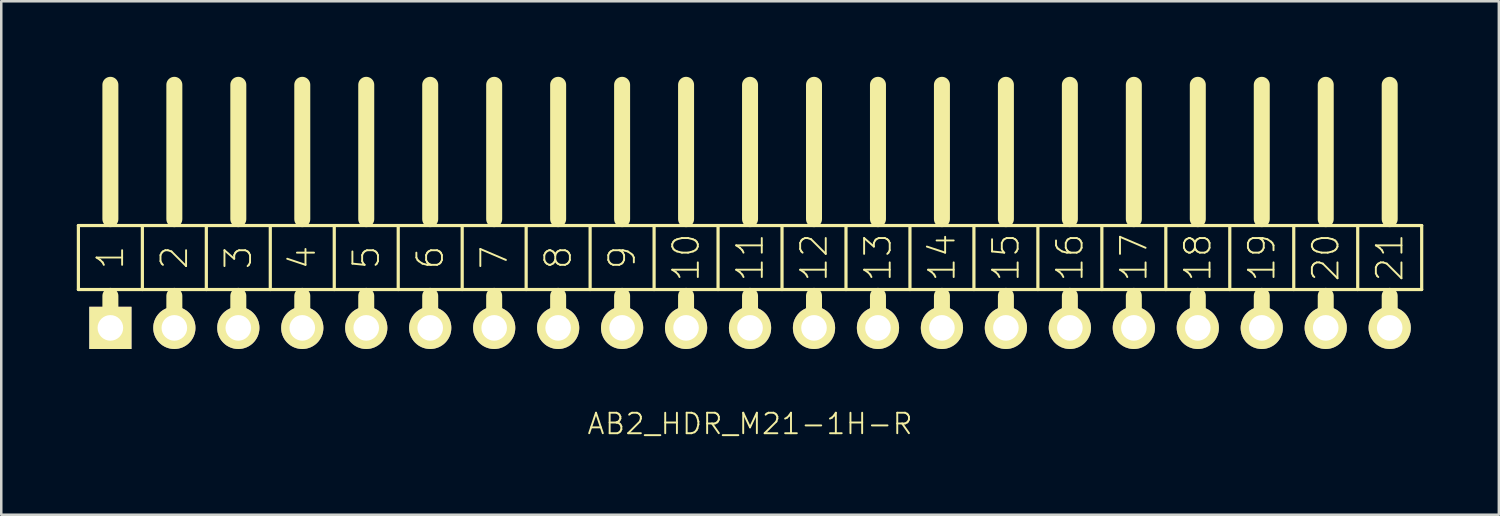
<source format=kicad_pcb>
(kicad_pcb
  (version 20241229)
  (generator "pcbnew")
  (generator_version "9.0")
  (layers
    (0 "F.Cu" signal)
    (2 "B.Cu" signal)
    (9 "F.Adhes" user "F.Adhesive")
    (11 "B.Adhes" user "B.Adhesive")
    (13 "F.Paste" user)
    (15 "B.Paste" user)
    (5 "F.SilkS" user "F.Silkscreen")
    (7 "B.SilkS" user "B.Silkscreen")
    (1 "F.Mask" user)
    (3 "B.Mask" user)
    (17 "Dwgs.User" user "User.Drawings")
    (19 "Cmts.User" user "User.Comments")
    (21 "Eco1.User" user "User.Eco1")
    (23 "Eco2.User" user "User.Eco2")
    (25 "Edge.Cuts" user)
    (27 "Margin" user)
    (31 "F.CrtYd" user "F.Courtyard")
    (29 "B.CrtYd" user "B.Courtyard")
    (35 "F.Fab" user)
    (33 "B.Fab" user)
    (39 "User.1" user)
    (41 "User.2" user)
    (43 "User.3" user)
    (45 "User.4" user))
  (footprint "AB2_HDR_M21-1H-R"
    (layer "F.Cu")
    (at 26.733 9.97)
    (property "Reference" "AB2_HDR_M21-1H-R" (at 0 3.81 0) (layer "F.SilkS") (effects (font (size 0.813 0.813) (thickness 0.076))))
    (attr through_hole)
    (fp_line (start -26.67 -4.064) (end -26.67 -1.524) (stroke (width 0.127) (type solid)) (layer "F.SilkS"))
    (fp_line (start -26.67 -1.524) (end -25.4 -1.524) (stroke (width 0.127) (type solid)) (layer "F.SilkS"))
    (fp_line (start -25.4 -4.318) (end -25.4 -9.652) (stroke (width 0.635) (type solid)) (layer "F.SilkS"))
    (fp_line (start -25.4 -1.524) (end -24.13 -1.524) (stroke (width 0.127) (type solid)) (layer "F.SilkS"))
    (fp_line (start -25.4 -1.27) (end -25.4 0) (stroke (width 0.635) (type solid)) (layer "F.SilkS"))
    (fp_line (start -24.13 -4.064) (end -26.67 -4.064) (stroke (width 0.127) (type solid)) (layer "F.SilkS"))
    (fp_line (start -24.13 -1.524) (end -24.13 -4.064) (stroke (width 0.127) (type solid)) (layer "F.SilkS"))
    (fp_line (start -24.13 -1.524) (end -22.86 -1.524) (stroke (width 0.127) (type solid)) (layer "F.SilkS"))
    (fp_line (start -22.86 -4.318) (end -22.86 -9.652) (stroke (width 0.635) (type solid)) (layer "F.SilkS"))
    (fp_line (start -22.86 -1.524) (end -21.59 -1.524) (stroke (width 0.127) (type solid)) (layer "F.SilkS"))
    (fp_line (start -22.86 -1.27) (end -22.86 0) (stroke (width 0.635) (type solid)) (layer "F.SilkS"))
    (fp_line (start -21.59 -4.064) (end -24.13 -4.064) (stroke (width 0.127) (type solid)) (layer "F.SilkS"))
    (fp_line (start -21.59 -1.524) (end -21.59 -4.064) (stroke (width 0.127) (type solid)) (layer "F.SilkS"))
    (fp_line (start -21.59 -1.524) (end -20.32 -1.524) (stroke (width 0.127) (type solid)) (layer "F.SilkS"))
    (fp_line (start -20.32 -4.318) (end -20.32 -9.652) (stroke (width 0.635) (type solid)) (layer "F.SilkS"))
    (fp_line (start -20.32 -1.524) (end -19.05 -1.524) (stroke (width 0.127) (type solid)) (layer "F.SilkS"))
    (fp_line (start -20.32 -1.27) (end -20.32 0) (stroke (width 0.635) (type solid)) (layer "F.SilkS"))
    (fp_line (start -19.05 -4.064) (end -21.59 -4.064) (stroke (width 0.127) (type solid)) (layer "F.SilkS"))
    (fp_line (start -19.05 -1.524) (end -19.05 -4.064) (stroke (width 0.127) (type solid)) (layer "F.SilkS"))
    (fp_line (start -19.05 -1.524) (end -17.78 -1.524) (stroke (width 0.127) (type solid)) (layer "F.SilkS"))
    (fp_line (start -17.78 -4.318) (end -17.78 -9.652) (stroke (width 0.635) (type solid)) (layer "F.SilkS"))
    (fp_line (start -17.78 -1.524) (end -16.51 -1.524) (stroke (width 0.127) (type solid)) (layer "F.SilkS"))
    (fp_line (start -17.78 -1.27) (end -17.78 0) (stroke (width 0.635) (type solid)) (layer "F.SilkS"))
    (fp_line (start -16.51 -4.064) (end -19.05 -4.064) (stroke (width 0.127) (type solid)) (layer "F.SilkS"))
    (fp_line (start -16.51 -1.524) (end -16.51 -4.064) (stroke (width 0.127) (type solid)) (layer "F.SilkS"))
    (fp_line (start -16.51 -1.524) (end -15.24 -1.524) (stroke (width 0.127) (type solid)) (layer "F.SilkS"))
    (fp_line (start -15.24 -4.318) (end -15.24 -9.652) (stroke (width 0.635) (type solid)) (layer "F.SilkS"))
    (fp_line (start -15.24 -1.524) (end -13.97 -1.524) (stroke (width 0.127) (type solid)) (layer "F.SilkS"))
    (fp_line (start -15.24 -1.27) (end -15.24 0) (stroke (width 0.635) (type solid)) (layer "F.SilkS"))
    (fp_line (start -13.97 -4.064) (end -16.51 -4.064) (stroke (width 0.127) (type solid)) (layer "F.SilkS"))
    (fp_line (start -13.97 -1.524) (end -13.97 -4.064) (stroke (width 0.127) (type solid)) (layer "F.SilkS"))
    (fp_line (start -13.97 -1.524) (end -12.7 -1.524) (stroke (width 0.127) (type solid)) (layer "F.SilkS"))
    (fp_line (start -12.7 -4.318) (end -12.7 -9.652) (stroke (width 0.635) (type solid)) (layer "F.SilkS"))
    (fp_line (start -12.7 -1.524) (end -11.43 -1.524) (stroke (width 0.127) (type solid)) (layer "F.SilkS"))
    (fp_line (start -12.7 -1.27) (end -12.7 0) (stroke (width 0.635) (type solid)) (layer "F.SilkS"))
    (fp_line (start -11.43 -4.064) (end -13.97 -4.064) (stroke (width 0.127) (type solid)) (layer "F.SilkS"))
    (fp_line (start -11.43 -1.524) (end -11.43 -4.064) (stroke (width 0.127) (type solid)) (layer "F.SilkS"))
    (fp_line (start -11.43 -1.524) (end -10.16 -1.524) (stroke (width 0.127) (type solid)) (layer "F.SilkS"))
    (fp_line (start -10.16 -4.318) (end -10.16 -9.652) (stroke (width 0.635) (type solid)) (layer "F.SilkS"))
    (fp_line (start -10.16 -1.524) (end -8.89 -1.524) (stroke (width 0.127) (type solid)) (layer "F.SilkS"))
    (fp_line (start -10.16 -1.27) (end -10.16 0) (stroke (width 0.635) (type solid)) (layer "F.SilkS"))
    (fp_line (start -8.89 -4.064) (end -11.43 -4.064) (stroke (width 0.127) (type solid)) (layer "F.SilkS"))
    (fp_line (start -8.89 -1.524) (end -8.89 -4.064) (stroke (width 0.127) (type solid)) (layer "F.SilkS"))
    (fp_line (start -8.89 -1.524) (end -7.62 -1.524) (stroke (width 0.127) (type solid)) (layer "F.SilkS"))
    (fp_line (start -7.62 -4.318) (end -7.62 -9.652) (stroke (width 0.635) (type solid)) (layer "F.SilkS"))
    (fp_line (start -7.62 -1.524) (end -6.35 -1.524) (stroke (width 0.127) (type solid)) (layer "F.SilkS"))
    (fp_line (start -7.62 -1.27) (end -7.62 0) (stroke (width 0.635) (type solid)) (layer "F.SilkS"))
    (fp_line (start -6.35 -4.064) (end -8.89 -4.064) (stroke (width 0.127) (type solid)) (layer "F.SilkS"))
    (fp_line (start -6.35 -1.524) (end -6.35 -4.064) (stroke (width 0.127) (type solid)) (layer "F.SilkS"))
    (fp_line (start -6.35 -1.524) (end -5.08 -1.524) (stroke (width 0.127) (type solid)) (layer "F.SilkS"))
    (fp_line (start -5.08 -4.318) (end -5.08 -9.652) (stroke (width 0.635) (type solid)) (layer "F.SilkS"))
    (fp_line (start -5.08 -1.524) (end -3.81 -1.524) (stroke (width 0.127) (type solid)) (layer "F.SilkS"))
    (fp_line (start -5.08 -1.27) (end -5.08 0) (stroke (width 0.635) (type solid)) (layer "F.SilkS"))
    (fp_line (start -3.81 -4.064) (end -6.35 -4.064) (stroke (width 0.127) (type solid)) (layer "F.SilkS"))
    (fp_line (start -3.81 -1.524) (end -3.81 -4.064) (stroke (width 0.127) (type solid)) (layer "F.SilkS"))
    (fp_line (start -3.81 -1.524) (end -2.54 -1.524) (stroke (width 0.127) (type solid)) (layer "F.SilkS"))
    (fp_line (start -2.54 -4.318) (end -2.54 -9.652) (stroke (width 0.635) (type solid)) (layer "F.SilkS"))
    (fp_line (start -2.54 -1.524) (end -1.27 -1.524) (stroke (width 0.127) (type solid)) (layer "F.SilkS"))
    (fp_line (start -2.54 -1.27) (end -2.54 0) (stroke (width 0.635) (type solid)) (layer "F.SilkS"))
    (fp_line (start -1.27 -4.064) (end -3.81 -4.064) (stroke (width 0.127) (type solid)) (layer "F.SilkS"))
    (fp_line (start -1.27 -1.524) (end -1.27 -4.064) (stroke (width 0.127) (type solid)) (layer "F.SilkS"))
    (fp_line (start -1.27 -1.524) (end 0 -1.524) (stroke (width 0.127) (type solid)) (layer "F.SilkS"))
    (fp_line (start 0 -4.318) (end 0 -9.652) (stroke (width 0.635) (type solid)) (layer "F.SilkS"))
    (fp_line (start 0 -1.524) (end 1.27 -1.524) (stroke (width 0.127) (type solid)) (layer "F.SilkS"))
    (fp_line (start 0 -1.27) (end 0 0) (stroke (width 0.635) (type solid)) (layer "F.SilkS"))
    (fp_line (start 1.27 -4.064) (end -1.27 -4.064) (stroke (width 0.127) (type solid)) (layer "F.SilkS"))
    (fp_line (start 1.27 -1.524) (end 1.27 -4.064) (stroke (width 0.127) (type solid)) (layer "F.SilkS"))
    (fp_line (start 1.27 -1.524) (end 2.54 -1.524) (stroke (width 0.127) (type solid)) (layer "F.SilkS"))
    (fp_line (start 2.54 -4.318) (end 2.54 -9.652) (stroke (width 0.635) (type solid)) (layer "F.SilkS"))
    (fp_line (start 2.54 -1.524) (end 3.81 -1.524) (stroke (width 0.127) (type solid)) (layer "F.SilkS"))
    (fp_line (start 2.54 -1.27) (end 2.54 0) (stroke (width 0.635) (type solid)) (layer "F.SilkS"))
    (fp_line (start 3.81 -4.064) (end 1.27 -4.064) (stroke (width 0.127) (type solid)) (layer "F.SilkS"))
    (fp_line (start 3.81 -1.524) (end 3.81 -4.064) (stroke (width 0.127) (type solid)) (layer "F.SilkS"))
    (fp_line (start 3.81 -1.524) (end 5.08 -1.524) (stroke (width 0.127) (type solid)) (layer "F.SilkS"))
    (fp_line (start 5.08 -4.318) (end 5.08 -9.652) (stroke (width 0.635) (type solid)) (layer "F.SilkS"))
    (fp_line (start 5.08 -1.524) (end 6.35 -1.524) (stroke (width 0.127) (type solid)) (layer "F.SilkS"))
    (fp_line (start 5.08 -1.27) (end 5.08 0) (stroke (width 0.635) (type solid)) (layer "F.SilkS"))
    (fp_line (start 6.35 -4.064) (end 3.81 -4.064) (stroke (width 0.127) (type solid)) (layer "F.SilkS"))
    (fp_line (start 6.35 -1.524) (end 6.35 -4.064) (stroke (width 0.127) (type solid)) (layer "F.SilkS"))
    (fp_line (start 6.35 -1.524) (end 7.62 -1.524) (stroke (width 0.127) (type solid)) (layer "F.SilkS"))
    (fp_line (start 7.62 -4.318) (end 7.62 -9.652) (stroke (width 0.635) (type solid)) (layer "F.SilkS"))
    (fp_line (start 7.62 -1.524) (end 8.89 -1.524) (stroke (width 0.127) (type solid)) (layer "F.SilkS"))
    (fp_line (start 7.62 -1.27) (end 7.62 0) (stroke (width 0.635) (type solid)) (layer "F.SilkS"))
    (fp_line (start 8.89 -4.064) (end 6.35 -4.064) (stroke (width 0.127) (type solid)) (layer "F.SilkS"))
    (fp_line (start 8.89 -1.524) (end 8.89 -4.064) (stroke (width 0.127) (type solid)) (layer "F.SilkS"))
    (fp_line (start 8.89 -1.524) (end 10.16 -1.524) (stroke (width 0.127) (type solid)) (layer "F.SilkS"))
    (fp_line (start 10.16 -4.318) (end 10.16 -9.652) (stroke (width 0.635) (type solid)) (layer "F.SilkS"))
    (fp_line (start 10.16 -1.524) (end 11.43 -1.524) (stroke (width 0.127) (type solid)) (layer "F.SilkS"))
    (fp_line (start 10.16 -1.27) (end 10.16 0) (stroke (width 0.635) (type solid)) (layer "F.SilkS"))
    (fp_line (start 11.43 -4.064) (end 8.89 -4.064) (stroke (width 0.127) (type solid)) (layer "F.SilkS"))
    (fp_line (start 11.43 -1.524) (end 11.43 -4.064) (stroke (width 0.127) (type solid)) (layer "F.SilkS"))
    (fp_line (start 11.43 -1.524) (end 12.7 -1.524) (stroke (width 0.127) (type solid)) (layer "F.SilkS"))
    (fp_line (start 12.7 -4.318) (end 12.7 -9.652) (stroke (width 0.635) (type solid)) (layer "F.SilkS"))
    (fp_line (start 12.7 -1.524) (end 13.97 -1.524) (stroke (width 0.127) (type solid)) (layer "F.SilkS"))
    (fp_line (start 12.7 -1.27) (end 12.7 0) (stroke (width 0.635) (type solid)) (layer "F.SilkS"))
    (fp_line (start 13.97 -4.064) (end 11.43 -4.064) (stroke (width 0.127) (type solid)) (layer "F.SilkS"))
    (fp_line (start 13.97 -1.524) (end 13.97 -4.064) (stroke (width 0.127) (type solid)) (layer "F.SilkS"))
    (fp_line (start 13.97 -1.524) (end 15.24 -1.524) (stroke (width 0.127) (type solid)) (layer "F.SilkS"))
    (fp_line (start 15.24 -4.318) (end 15.24 -9.652) (stroke (width 0.635) (type solid)) (layer "F.SilkS"))
    (fp_line (start 15.24 -1.524) (end 16.51 -1.524) (stroke (width 0.127) (type solid)) (layer "F.SilkS"))
    (fp_line (start 15.24 -1.27) (end 15.24 0) (stroke (width 0.635) (type solid)) (layer "F.SilkS"))
    (fp_line (start 16.51 -4.064) (end 13.97 -4.064) (stroke (width 0.127) (type solid)) (layer "F.SilkS"))
    (fp_line (start 16.51 -1.524) (end 16.51 -4.064) (stroke (width 0.127) (type solid)) (layer "F.SilkS"))
    (fp_line (start 16.51 -1.524) (end 17.78 -1.524) (stroke (width 0.127) (type solid)) (layer "F.SilkS"))
    (fp_line (start 17.78 -4.318) (end 17.78 -9.652) (stroke (width 0.635) (type solid)) (layer "F.SilkS"))
    (fp_line (start 17.78 -1.524) (end 19.05 -1.524) (stroke (width 0.127) (type solid)) (layer "F.SilkS"))
    (fp_line (start 17.78 -1.27) (end 17.78 0) (stroke (width 0.635) (type solid)) (layer "F.SilkS"))
    (fp_line (start 19.05 -4.064) (end 16.51 -4.064) (stroke (width 0.127) (type solid)) (layer "F.SilkS"))
    (fp_line (start 19.05 -1.524) (end 19.05 -4.064) (stroke (width 0.127) (type solid)) (layer "F.SilkS"))
    (fp_line (start 19.05 -1.524) (end 20.32 -1.524) (stroke (width 0.127) (type solid)) (layer "F.SilkS"))
    (fp_line (start 20.32 -4.318) (end 20.32 -9.652) (stroke (width 0.635) (type solid)) (layer "F.SilkS"))
    (fp_line (start 20.32 -1.524) (end 21.59 -1.524) (stroke (width 0.127) (type solid)) (layer "F.SilkS"))
    (fp_line (start 20.32 -1.27) (end 20.32 0) (stroke (width 0.635) (type solid)) (layer "F.SilkS"))
    (fp_line (start 21.59 -4.064) (end 19.05 -4.064) (stroke (width 0.127) (type solid)) (layer "F.SilkS"))
    (fp_line (start 21.59 -1.524) (end 21.59 -4.064) (stroke (width 0.127) (type solid)) (layer "F.SilkS"))
    (fp_line (start 21.59 -1.524) (end 22.86 -1.524) (stroke (width 0.127) (type solid)) (layer "F.SilkS"))
    (fp_line (start 22.86 -4.318) (end 22.86 -9.652) (stroke (width 0.635) (type solid)) (layer "F.SilkS"))
    (fp_line (start 22.86 -1.524) (end 24.13 -1.524) (stroke (width 0.127) (type solid)) (layer "F.SilkS"))
    (fp_line (start 22.86 -1.27) (end 22.86 0) (stroke (width 0.635) (type solid)) (layer "F.SilkS"))
    (fp_line (start 24.13 -4.064) (end 21.59 -4.064) (stroke (width 0.127) (type solid)) (layer "F.SilkS"))
    (fp_line (start 24.13 -1.524) (end 24.13 -4.064) (stroke (width 0.127) (type solid)) (layer "F.SilkS"))
    (fp_line (start 24.13 -1.524) (end 25.4 -1.524) (stroke (width 0.127) (type solid)) (layer "F.SilkS"))
    (fp_line (start 25.4 -4.318) (end 25.4 -9.652) (stroke (width 0.635) (type solid)) (layer "F.SilkS"))
    (fp_line (start 25.4 -1.524) (end 26.67 -1.524) (stroke (width 0.127) (type solid)) (layer "F.SilkS"))
    (fp_line (start 25.4 -1.27) (end 25.4 0) (stroke (width 0.635) (type solid)) (layer "F.SilkS"))
    (fp_line (start 26.67 -4.064) (end 24.13 -4.064) (stroke (width 0.127) (type solid)) (layer "F.SilkS"))
    (fp_line (start 26.67 -1.524) (end 26.67 -4.064) (stroke (width 0.127) (type solid)) (layer "F.SilkS"))
    (fp_text user "6" (at -12.7 -2.794 90) (layer "F.SilkS") (effects (font (size 1.016 1.016) (thickness 0.076))))
    (fp_text user "16" (at 12.7 -2.794 90) (layer "F.SilkS") (effects (font (size 1.016 1.016) (thickness 0.076))))
    (fp_text user "10" (at -2.54 -2.794 90) (layer "F.SilkS") (effects (font (size 1.016 1.016) (thickness 0.076))))
    (fp_text user "9" (at -5.08 -2.794 90) (layer "F.SilkS") (effects (font (size 1.016 1.016) (thickness 0.076))))
    (fp_text user "5" (at -15.24 -2.794 90) (layer "F.SilkS") (effects (font (size 1.016 1.016) (thickness 0.076))))
    (fp_text user "19" (at 20.32 -2.794 90) (layer "F.SilkS") (effects (font (size 1.016 1.016) (thickness 0.076))))
    (fp_text user "21" (at 25.4 -2.794 90) (layer "F.SilkS") (effects (font (size 1.016 1.016) (thickness 0.076))))
    (fp_text user "1" (at -25.4 -2.794 270) (layer "F.SilkS") (effects (font (size 1.016 1.016) (thickness 0.076))))
    (fp_text user "3" (at -20.32 -2.794 90) (layer "F.SilkS") (effects (font (size 1.016 1.016) (thickness 0.076))))
    (fp_text user "4" (at -17.78 -2.794 90) (layer "F.SilkS") (effects (font (size 1.016 1.016) (thickness 0.076))))
    (fp_text user "11" (at 0 -2.794 90) (layer "F.SilkS") (effects (font (size 1.016 1.016) (thickness 0.076))))
    (fp_text user "12" (at 2.54 -2.794 90) (layer "F.SilkS") (effects (font (size 1.016 1.016) (thickness 0.076))))
    (fp_text user "13" (at 5.08 -2.794 90) (layer "F.SilkS") (effects (font (size 1.016 1.016) (thickness 0.076))))
    (fp_text user "20" (at 22.86 -2.794 90) (layer "F.SilkS") (effects (font (size 1.016 1.016) (thickness 0.076))))
    (fp_text user "8" (at -7.62 -2.794 90) (layer "F.SilkS") (effects (font (size 1.016 1.016) (thickness 0.076))))
    (fp_text user "15" (at 10.16 -2.794 90) (layer "F.SilkS") (effects (font (size 1.016 1.016) (thickness 0.076))))
    (fp_text user "14" (at 7.62 -2.794 90) (layer "F.SilkS") (effects (font (size 1.016 1.016) (thickness 0.076))))
    (fp_text user "7" (at -10.16 -2.794 90) (layer "F.SilkS") (effects (font (size 1.016 1.016) (thickness 0.076))))
    (fp_text user "17" (at 15.24 -2.794 90) (layer "F.SilkS") (effects (font (size 1.016 1.016) (thickness 0.076))))
    (fp_text user "18" (at 17.78 -2.794 90) (layer "F.SilkS") (effects (font (size 1.016 1.016) (thickness 0.076))))
    (fp_text user "2" (at -22.86 -2.794 90) (layer "F.SilkS") (effects (font (size 1.016 1.016) (thickness 0.076))))
    (pad "1" thru_hole rect (at -25.4 0) (size 1.676 1.676) (drill 1.016) (layers "*.Cu" "*.Mask" "F.SilkS"))
    (pad "2" thru_hole circle (at -22.86 0) (size 1.676 1.676) (drill 1.016) (layers "*.Cu" "*.Mask" "F.SilkS"))
    (pad "3" thru_hole circle (at -20.32 0) (size 1.676 1.676) (drill 1.016) (layers "*.Cu" "*.Mask" "F.SilkS"))
    (pad "4" thru_hole circle (at -17.78 0) (size 1.676 1.676) (drill 1.016) (layers "*.Cu" "*.Mask" "F.SilkS"))
    (pad "5" thru_hole circle (at -15.24 0) (size 1.676 1.676) (drill 1.016) (layers "*.Cu" "*.Mask" "F.SilkS"))
    (pad "6" thru_hole circle (at -12.7 0) (size 1.676 1.676) (drill 1.016) (layers "*.Cu" "*.Mask" "F.SilkS"))
    (pad "7" thru_hole circle (at -10.16 0) (size 1.676 1.676) (drill 1.016) (layers "*.Cu" "*.Mask" "F.SilkS"))
    (pad "8" thru_hole circle (at -7.62 0) (size 1.676 1.676) (drill 1.016) (layers "*.Cu" "*.Mask" "F.SilkS"))
    (pad "9" thru_hole circle (at -5.08 0) (size 1.676 1.676) (drill 1.016) (layers "*.Cu" "*.Mask" "F.SilkS"))
    (pad "10" thru_hole circle (at -2.54 0) (size 1.676 1.676) (drill 1.016) (layers "*.Cu" "*.Mask" "F.SilkS"))
    (pad "11" thru_hole circle (at 0 0) (size 1.676 1.676) (drill 1.016) (layers "*.Cu" "*.Mask" "F.SilkS"))
    (pad "12" thru_hole circle (at 2.54 0) (size 1.676 1.676) (drill 1.016) (layers "*.Cu" "*.Mask" "F.SilkS"))
    (pad "13" thru_hole circle (at 5.08 0) (size 1.676 1.676) (drill 1.016) (layers "*.Cu" "*.Mask" "F.SilkS"))
    (pad "14" thru_hole circle (at 7.62 0) (size 1.676 1.676) (drill 1.016) (layers "*.Cu" "*.Mask" "F.SilkS"))
    (pad "15" thru_hole circle (at 10.16 0) (size 1.676 1.676) (drill 1.016) (layers "*.Cu" "*.Mask" "F.SilkS"))
    (pad "16" thru_hole circle (at 12.7 0) (size 1.676 1.676) (drill 1.016) (layers "*.Cu" "*.Mask" "F.SilkS"))
    (pad "17" thru_hole circle (at 15.24 0) (size 1.676 1.676) (drill 1.016) (layers "*.Cu" "*.Mask" "F.SilkS"))
    (pad "18" thru_hole circle (at 17.78 0) (size 1.676 1.676) (drill 1.016) (layers "*.Cu" "*.Mask" "F.SilkS"))
    (pad "19" thru_hole circle (at 20.32 0) (size 1.676 1.676) (drill 1.016) (layers "*.Cu" "*.Mask" "F.SilkS"))
    (pad "20" thru_hole circle (at 22.86 0) (size 1.676 1.676) (drill 1.016) (layers "*.Cu" "*.Mask" "F.SilkS"))
    (pad "21" thru_hole circle (at 25.4 0) (size 1.676 1.676) (drill 1.016) (layers "*.Cu" "*.Mask" "F.SilkS")))
  (gr_rect
    (start -3 -3)
    (end 56.467 17.389)
    (stroke (width 0.1) (type default))
    (fill no)
    (layer "Edge.Cuts")))
</source>
